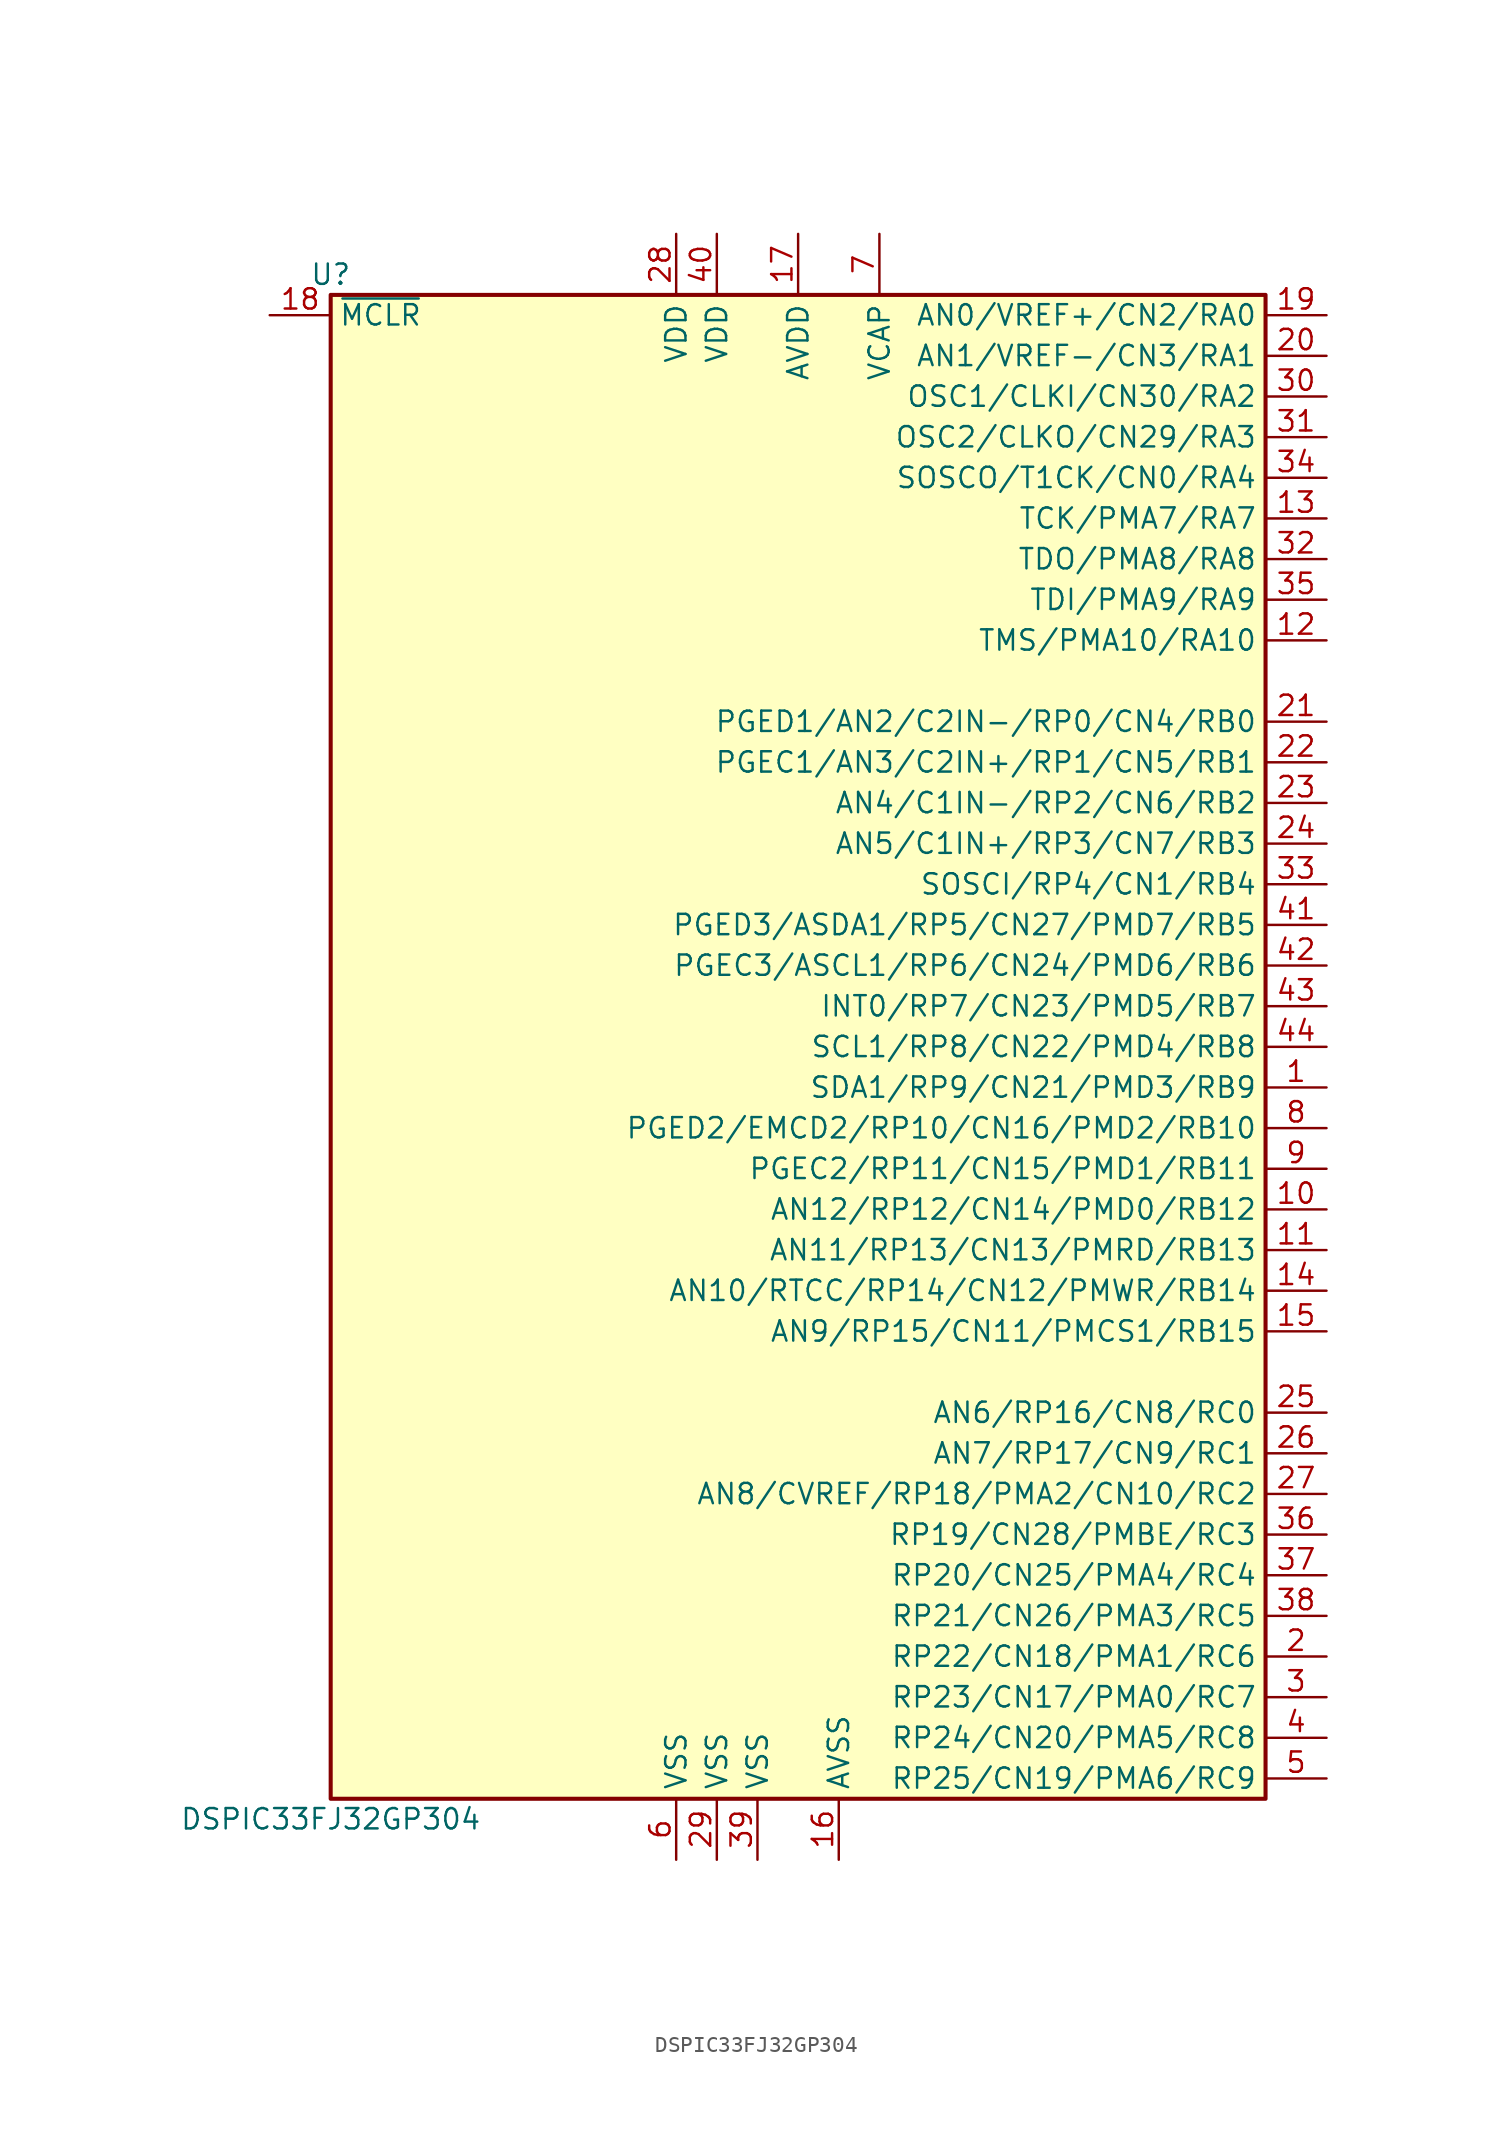
<source format=kicad_sym>
(kicad_symbol_lib
  (version 20200908)
  (generator kicad_symbol_editor)
  (symbol "DSP_Microchip_DSPIC33:DSPIC33FJ32GP304"
    (property "Reference" "U"
      (at -29.21 48.26 0)
      (effects (font (size 1.27 1.27))))
    (property "Value" "DSPIC33FJ32GP304"
      (at -29.21 -48.26 0)
      (effects (font (size 1.27 1.27))))
    (symbol "DSPIC33FJ32GP304_1_1"
      (rectangle (start -29.21 46.99) (end 29.21 -46.99) (stroke (width 0.254)) (fill (type background)))
      (pin bidirectional line (at 33.02 -2.54 180) (length 3.81) (name "SDA1/RP9/CN21/PMD3/RB9" (effects (font (size 1.27 1.27)))) (number "1" (effects (font (size 1.27 1.27)))))
      (pin bidirectional line (at 33.02 -10.16 180) (length 3.81) (name "AN12/RP12/CN14/PMD0/RB12" (effects (font (size 1.27 1.27)))) (number "10" (effects (font (size 1.27 1.27)))))
      (pin bidirectional line (at 33.02 -12.7 180) (length 3.81) (name "AN11/RP13/CN13/PMRD/RB13" (effects (font (size 1.27 1.27)))) (number "11" (effects (font (size 1.27 1.27)))))
      (pin bidirectional line (at 33.02 25.4 180) (length 3.81) (name "TMS/PMA10/RA10" (effects (font (size 1.27 1.27)))) (number "12" (effects (font (size 1.27 1.27)))))
      (pin bidirectional line (at 33.02 33.02 180) (length 3.81) (name "TCK/PMA7/RA7" (effects (font (size 1.27 1.27)))) (number "13" (effects (font (size 1.27 1.27)))))
      (pin bidirectional line (at 33.02 -15.24 180) (length 3.81) (name "AN10/RTCC/RP14/CN12/PMWR/RB14" (effects (font (size 1.27 1.27)))) (number "14" (effects (font (size 1.27 1.27)))))
      (pin bidirectional line (at 33.02 -17.78 180) (length 3.81) (name "AN9/RP15/CN11/PMCS1/RB15" (effects (font (size 1.27 1.27)))) (number "15" (effects (font (size 1.27 1.27)))))
      (pin power_in line (at 2.54 -50.8 90) (length 3.81) (name "AVSS" (effects (font (size 1.27 1.27)))) (number "16" (effects (font (size 1.27 1.27)))))
      (pin power_in line (at 0 50.8 270) (length 3.81) (name "AVDD" (effects (font (size 1.27 1.27)))) (number "17" (effects (font (size 1.27 1.27)))))
      (pin input line (at -33.02 45.72 0) (length 3.81) (name "~MCLR" (effects (font (size 1.27 1.27)))) (number "18" (effects (font (size 1.27 1.27)))))
      (pin bidirectional line (at 33.02 45.72 180) (length 3.81) (name "AN0/VREF+/CN2/RA0" (effects (font (size 1.27 1.27)))) (number "19" (effects (font (size 1.27 1.27)))))
      (pin bidirectional line (at 33.02 -38.1 180) (length 3.81) (name "RP22/CN18/PMA1/RC6" (effects (font (size 1.27 1.27)))) (number "2" (effects (font (size 1.27 1.27)))))
      (pin bidirectional line (at 33.02 43.18 180) (length 3.81) (name "AN1/VREF-/CN3/RA1" (effects (font (size 1.27 1.27)))) (number "20" (effects (font (size 1.27 1.27)))))
      (pin bidirectional line (at 33.02 20.32 180) (length 3.81) (name "PGED1/AN2/C2IN-/RP0/CN4/RB0" (effects (font (size 1.27 1.27)))) (number "21" (effects (font (size 1.27 1.27)))))
      (pin bidirectional line (at 33.02 17.78 180) (length 3.81) (name "PGEC1/AN3/C2IN+/RP1/CN5/RB1" (effects (font (size 1.27 1.27)))) (number "22" (effects (font (size 1.27 1.27)))))
      (pin bidirectional line (at 33.02 15.24 180) (length 3.81) (name "AN4/C1IN-/RP2/CN6/RB2" (effects (font (size 1.27 1.27)))) (number "23" (effects (font (size 1.27 1.27)))))
      (pin bidirectional line (at 33.02 12.7 180) (length 3.81) (name "AN5/C1IN+/RP3/CN7/RB3" (effects (font (size 1.27 1.27)))) (number "24" (effects (font (size 1.27 1.27)))))
      (pin bidirectional line (at 33.02 -22.86 180) (length 3.81) (name "AN6/RP16/CN8/RC0" (effects (font (size 1.27 1.27)))) (number "25" (effects (font (size 1.27 1.27)))))
      (pin bidirectional line (at 33.02 -25.4 180) (length 3.81) (name "AN7/RP17/CN9/RC1" (effects (font (size 1.27 1.27)))) (number "26" (effects (font (size 1.27 1.27)))))
      (pin bidirectional line (at 33.02 -27.94 180) (length 3.81) (name "AN8/CVREF/RP18/PMA2/CN10/RC2" (effects (font (size 1.27 1.27)))) (number "27" (effects (font (size 1.27 1.27)))))
      (pin power_in line (at -7.62 50.8 270) (length 3.81) (name "VDD" (effects (font (size 1.27 1.27)))) (number "28" (effects (font (size 1.27 1.27)))))
      (pin power_in line (at -5.08 -50.8 90) (length 3.81) (name "VSS" (effects (font (size 1.27 1.27)))) (number "29" (effects (font (size 1.27 1.27)))))
      (pin bidirectional line (at 33.02 -40.64 180) (length 3.81) (name "RP23/CN17/PMA0/RC7" (effects (font (size 1.27 1.27)))) (number "3" (effects (font (size 1.27 1.27)))))
      (pin input line (at 33.02 40.64 180) (length 3.81) (name "OSC1/CLKI/CN30/RA2" (effects (font (size 1.27 1.27)))) (number "30" (effects (font (size 1.27 1.27)))))
      (pin input line (at 33.02 38.1 180) (length 3.81) (name "OSC2/CLKO/CN29/RA3" (effects (font (size 1.27 1.27)))) (number "31" (effects (font (size 1.27 1.27)))))
      (pin input line (at 33.02 30.48 180) (length 3.81) (name "TDO/PMA8/RA8" (effects (font (size 1.27 1.27)))) (number "32" (effects (font (size 1.27 1.27)))))
      (pin input line (at 33.02 10.16 180) (length 3.81) (name "SOSCI/RP4/CN1/RB4" (effects (font (size 1.27 1.27)))) (number "33" (effects (font (size 1.27 1.27)))))
      (pin input line (at 33.02 35.56 180) (length 3.81) (name "SOSCO/T1CK/CN0/RA4" (effects (font (size 1.27 1.27)))) (number "34" (effects (font (size 1.27 1.27)))))
      (pin input line (at 33.02 27.94 180) (length 3.81) (name "TDI/PMA9/RA9" (effects (font (size 1.27 1.27)))) (number "35" (effects (font (size 1.27 1.27)))))
      (pin input line (at 33.02 -30.48 180) (length 3.81) (name "RP19/CN28/PMBE/RC3" (effects (font (size 1.27 1.27)))) (number "36" (effects (font (size 1.27 1.27)))))
      (pin input line (at 33.02 -33.02 180) (length 3.81) (name "RP20/CN25/PMA4/RC4" (effects (font (size 1.27 1.27)))) (number "37" (effects (font (size 1.27 1.27)))))
      (pin input line (at 33.02 -35.56 180) (length 3.81) (name "RP21/CN26/PMA3/RC5" (effects (font (size 1.27 1.27)))) (number "38" (effects (font (size 1.27 1.27)))))
      (pin power_in line (at -2.54 -50.8 90) (length 3.81) (name "VSS" (effects (font (size 1.27 1.27)))) (number "39" (effects (font (size 1.27 1.27)))))
      (pin bidirectional line (at 33.02 -43.18 180) (length 3.81) (name "RP24/CN20/PMA5/RC8" (effects (font (size 1.27 1.27)))) (number "4" (effects (font (size 1.27 1.27)))))
      (pin power_in line (at -5.08 50.8 270) (length 3.81) (name "VDD" (effects (font (size 1.27 1.27)))) (number "40" (effects (font (size 1.27 1.27)))))
      (pin input line (at 33.02 7.62 180) (length 3.81) (name "PGED3/ASDA1/RP5/CN27/PMD7/RB5" (effects (font (size 1.27 1.27)))) (number "41" (effects (font (size 1.27 1.27)))))
      (pin input line (at 33.02 5.08 180) (length 3.81) (name "PGEC3/ASCL1/RP6/CN24/PMD6/RB6" (effects (font (size 1.27 1.27)))) (number "42" (effects (font (size 1.27 1.27)))))
      (pin input line (at 33.02 2.54 180) (length 3.81) (name "INT0/RP7/CN23/PMD5/RB7" (effects (font (size 1.27 1.27)))) (number "43" (effects (font (size 1.27 1.27)))))
      (pin input line (at 33.02 0 180) (length 3.81) (name "SCL1/RP8/CN22/PMD4/RB8" (effects (font (size 1.27 1.27)))) (number "44" (effects (font (size 1.27 1.27)))))
      (pin bidirectional line (at 33.02 -45.72 180) (length 3.81) (name "RP25/CN19/PMA6/RC9" (effects (font (size 1.27 1.27)))) (number "5" (effects (font (size 1.27 1.27)))))
      (pin power_in line (at -7.62 -50.8 90) (length 3.81) (name "VSS" (effects (font (size 1.27 1.27)))) (number "6" (effects (font (size 1.27 1.27)))))
      (pin power_in line (at 5.08 50.8 270) (length 3.81) (name "VCAP" (effects (font (size 1.27 1.27)))) (number "7" (effects (font (size 1.27 1.27)))))
      (pin bidirectional line (at 33.02 -5.08 180) (length 3.81) (name "PGED2/EMCD2/RP10/CN16/PMD2/RB10" (effects (font (size 1.27 1.27)))) (number "8" (effects (font (size 1.27 1.27)))))
      (pin bidirectional line (at 33.02 -7.62 180) (length 3.81) (name "PGEC2/RP11/CN15/PMD1/RB11" (effects (font (size 1.27 1.27)))) (number "9" (effects (font (size 1.27 1.27))))))))
</source>
